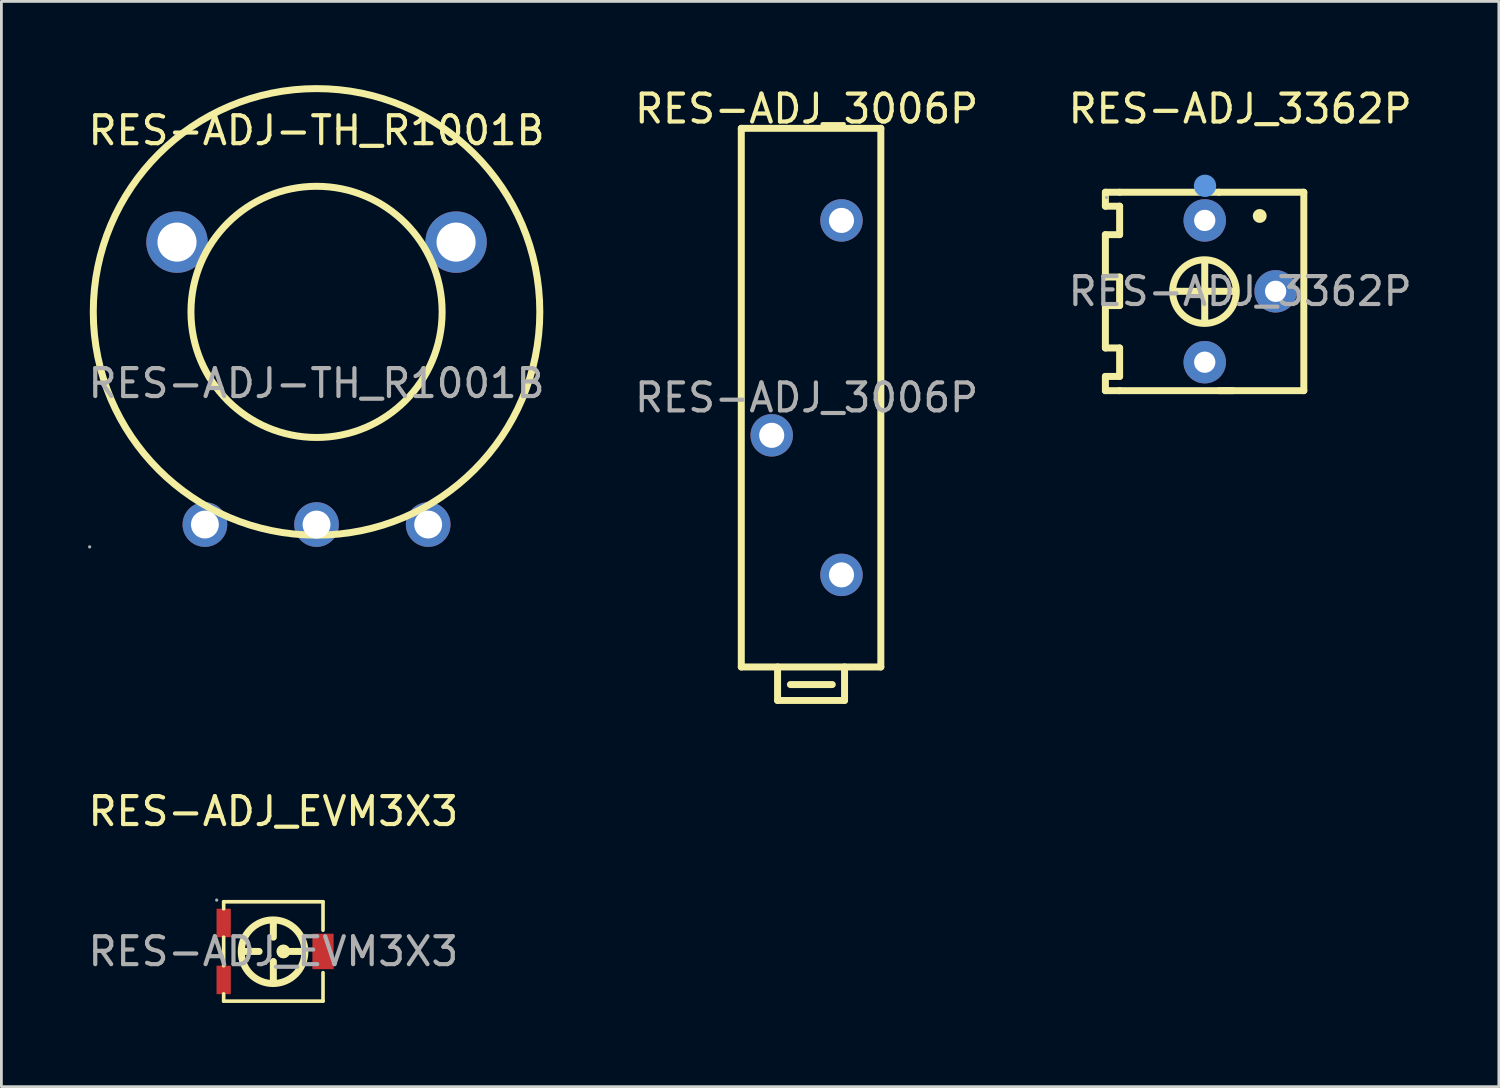
<source format=kicad_pcb>
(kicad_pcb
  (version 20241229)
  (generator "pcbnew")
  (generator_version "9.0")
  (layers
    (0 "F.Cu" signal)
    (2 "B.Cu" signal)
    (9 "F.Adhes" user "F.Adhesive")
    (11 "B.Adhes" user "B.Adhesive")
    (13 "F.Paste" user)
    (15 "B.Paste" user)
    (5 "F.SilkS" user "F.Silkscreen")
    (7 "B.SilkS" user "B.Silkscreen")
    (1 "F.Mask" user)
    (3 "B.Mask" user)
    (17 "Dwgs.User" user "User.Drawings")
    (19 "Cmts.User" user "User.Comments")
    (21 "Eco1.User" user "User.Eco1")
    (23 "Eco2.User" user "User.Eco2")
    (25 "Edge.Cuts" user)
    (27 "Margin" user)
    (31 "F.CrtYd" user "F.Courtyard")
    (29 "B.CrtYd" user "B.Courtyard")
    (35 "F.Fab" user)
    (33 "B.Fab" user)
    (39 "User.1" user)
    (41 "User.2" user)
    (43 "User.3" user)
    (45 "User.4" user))
  (footprint "RES-ADJ_EVM3X3"
    (layer "F.Cu")
    (at 6.744 31.041)
    (property "Reference" "RES-ADJ_EVM3X3" (at 0 -5.02 0) (layer "F.SilkS") (effects (font (size 1 1) (thickness 0.15))))
    (attr through_hole)
    (fp_line (start -1.78 -1.78) (end 1.78 -1.78) (stroke (width 0.13) (type solid)) (layer "F.SilkS"))
    (fp_line (start -1.78 -1.53) (end -1.78 -1.78) (stroke (width 0.13) (type solid)) (layer "F.SilkS"))
    (fp_line (start -1.78 0.51) (end -1.78 -0.51) (stroke (width 0.13) (type solid)) (layer "F.SilkS"))
    (fp_line (start -1.78 1.78) (end -1.78 1.52) (stroke (width 0.13) (type solid)) (layer "F.SilkS"))
    (fp_line (start -1.02 0) (end -0.51 0) (stroke (width 0.25) (type solid)) (layer "F.SilkS"))
    (fp_line (start 0 -0.51) (end 0 -1.02) (stroke (width 0.25) (type solid)) (layer "F.SilkS"))
    (fp_line (start 0 1.13) (end 0 0.36) (stroke (width 0.25) (type solid)) (layer "F.SilkS"))
    (fp_line (start 0.51 0) (end 1.02 0) (stroke (width 0.25) (type solid)) (layer "F.SilkS"))
    (fp_line (start 1.78 -1.78) (end 1.78 -0.76) (stroke (width 0.13) (type solid)) (layer "F.SilkS"))
    (fp_line (start 1.78 0.76) (end 1.78 1.78) (stroke (width 0.13) (type solid)) (layer "F.SilkS"))
    (fp_line (start 1.78 1.78) (end -1.78 1.78) (stroke (width 0.13) (type solid)) (layer "F.SilkS"))
    (fp_arc (start 0.36 0) (mid 0.36 0) (end 0.36 0) (stroke (width 0.25) (type solid)) (layer "F.SilkS"))
    (fp_arc (start 1.13 0.02) (mid -1.150044 0.010048) (end 1.129999 -0.000096) (stroke (width 0.25) (type solid)) (layer "F.SilkS"))
    (fp_circle (center -2.03 -1.84) (end -2 -1.84) (stroke (width 0.06) (type solid)) (fill no) (layer "F.Fab"))
    (fp_text user "${REFERENCE}" (at 0 0 0) (layer "F.Fab") (effects (font (size 1 1) (thickness 0.15))))
    (pad "1" smd rect (at -1.78 -1.02 270) (size 1.02 0.51) (layers "F.Cu" "F.Mask" "F.Paste"))
    (pad "2" smd rect (at 1.78 0 270) (size 1.27 0.76) (layers "F.Cu" "F.Mask" "F.Paste"))
    (pad "3" smd rect (at -1.78 1.02 270) (size 1.02 0.51) (layers "F.Cu" "F.Mask" "F.Paste")))
  (footprint "RES-ADJ_3362P"
    (layer "F.Cu")
    (at 41.387 7.388)
    (property "Reference" "RES-ADJ_3362P" (at 0 -6.54 0) (layer "F.SilkS") (effects (font (size 1 1) (thickness 0.15))))
    (attr through_hole)
    (fp_line (start -4.83 -3.55) (end -4.32 -3.55) (stroke (width 0.25) (type solid)) (layer "F.SilkS"))
    (fp_line (start -4.83 -3.05) (end -4.83 -3.55) (stroke (width 0.25) (type solid)) (layer "F.SilkS"))
    (fp_line (start -4.83 -2.03) (end -4.32 -2.03) (stroke (width 0.25) (type solid)) (layer "F.SilkS"))
    (fp_line (start -4.83 -0.51) (end -4.83 -2.03) (stroke (width 0.25) (type solid)) (layer "F.SilkS"))
    (fp_line (start -4.83 0.51) (end -4.32 0.51) (stroke (width 0.25) (type solid)) (layer "F.SilkS"))
    (fp_line (start -4.83 2.03) (end -4.83 0.51) (stroke (width 0.25) (type solid)) (layer "F.SilkS"))
    (fp_line (start -4.83 3.05) (end -4.32 3.05) (stroke (width 0.25) (type solid)) (layer "F.SilkS"))
    (fp_line (start -4.83 3.56) (end -4.83 3.05) (stroke (width 0.25) (type solid)) (layer "F.SilkS"))
    (fp_line (start -4.32 -3.55) (end -0.76 -3.55) (stroke (width 0.25) (type solid)) (layer "F.SilkS"))
    (fp_line (start -4.32 -3.05) (end -4.83 -3.05) (stroke (width 0.25) (type solid)) (layer "F.SilkS"))
    (fp_line (start -4.32 -2.03) (end -4.32 -3.05) (stroke (width 0.25) (type solid)) (layer "F.SilkS"))
    (fp_line (start -4.32 -0.51) (end -4.83 -0.51) (stroke (width 0.25) (type solid)) (layer "F.SilkS"))
    (fp_line (start -4.32 0.51) (end -4.32 -0.51) (stroke (width 0.25) (type solid)) (layer "F.SilkS"))
    (fp_line (start -4.32 2.03) (end -4.83 2.03) (stroke (width 0.25) (type solid)) (layer "F.SilkS"))
    (fp_line (start -4.32 3.05) (end -4.32 2.03) (stroke (width 0.25) (type solid)) (layer "F.SilkS"))
    (fp_line (start -4.32 3.56) (end -4.83 3.56) (stroke (width 0.25) (type solid)) (layer "F.SilkS"))
    (fp_line (start -2.29 0) (end -0.26 0) (stroke (width 0.25) (type solid)) (layer "F.SilkS"))
    (fp_line (start -1.27 1.02) (end -1.27 -1.01) (stroke (width 0.25) (type solid)) (layer "F.SilkS"))
    (fp_line (start -0.76 -3.55) (end 2.28 -3.55) (stroke (width 0.25) (type solid)) (layer "F.SilkS"))
    (fp_line (start -0.26 3.56) (end -4.32 3.56) (stroke (width 0.25) (type solid)) (layer "F.SilkS"))
    (fp_line (start 2.28 -3.55) (end 2.28 3.56) (stroke (width 0.25) (type solid)) (layer "F.SilkS"))
    (fp_line (start 2.28 3.56) (end -0.76 3.56) (stroke (width 0.25) (type solid)) (layer "F.SilkS"))
    (fp_arc (start -0.14 0.02) (mid -2.420044 0.010048) (end -0.140001 -0.000096) (stroke (width 0.25) (type solid)) (layer "F.SilkS"))
    (fp_arc (start 0.7 -2.7) (mid 0.7 -2.7) (end 0.7 -2.7) (stroke (width 0.25) (type solid)) (layer "F.SilkS"))
    (fp_circle (center -1.26 -3.78) (end -1.06 -3.78) (stroke (width 0.4) (type solid)) (fill no) (layer "Cmts.User"))
    (fp_circle (center -4.79 -3.36) (end -4.76 -3.36) (stroke (width 0.06) (type solid)) (fill no) (layer "F.Fab"))
    (fp_circle (center -1.27 -2.54) (end -1.15 -2.54) (stroke (width 0.23) (type solid)) (fill no) (layer "F.Fab"))
    (fp_circle (center -1.27 2.54) (end -1.15 2.54) (stroke (width 0.23) (type solid)) (fill no) (layer "F.Fab"))
    (fp_circle (center 1.27 0) (end 1.39 0) (stroke (width 0.23) (type solid)) (fill no) (layer "F.Fab"))
    (fp_text user "${REFERENCE}" (at 0 0 0) (layer "F.Fab") (effects (font (size 1 1) (thickness 0.15))))
    (pad "1" thru_hole circle (at -1.27 -2.54 270) (size 1.52 1.52) (drill 0.762) (layers "*.Cu" "*.Paste" "*.Mask"))
    (pad "2" thru_hole circle (at 1.27 0 270) (size 1.52 1.52) (drill 0.762) (layers "*.Cu" "*.Paste" "*.Mask"))
    (pad "3" thru_hole circle (at -1.27 2.54 270) (size 1.52 1.52) (drill 0.762) (layers "*.Cu" "*.Paste" "*.Mask")))
  (footprint "RES-ADJ_3006P"
    (layer "F.Cu")
    (at 25.851 11.198)
    (property "Reference" "RES-ADJ_3006P" (at 0 -10.35 0) (layer "F.SilkS") (effects (font (size 1 1) (thickness 0.15))))
    (attr through_hole)
    (fp_line (start -2.34 -9.65) (end -2.34 9.65) (stroke (width 0.25) (type solid)) (layer "F.SilkS"))
    (fp_line (start -2.34 -9.65) (end 2.66 -9.65) (stroke (width 0.25) (type solid)) (layer "F.SilkS"))
    (fp_line (start -1.04 10.85) (end -1.04 9.65) (stroke (width 0.25) (type solid)) (layer "F.SilkS"))
    (fp_line (start 0.92 10.28) (end -0.58 10.28) (stroke (width 0.25) (type solid)) (layer "F.SilkS"))
    (fp_line (start 1.36 10.85) (end -1.04 10.85) (stroke (width 0.25) (type solid)) (layer "F.SilkS"))
    (fp_line (start 1.36 10.85) (end 1.36 9.65) (stroke (width 0.25) (type solid)) (layer "F.SilkS"))
    (fp_line (start 2.66 -9.65) (end 2.66 9.65) (stroke (width 0.25) (type solid)) (layer "F.SilkS"))
    (fp_line (start 2.66 9.65) (end -2.34 9.65) (stroke (width 0.25) (type solid)) (layer "F.SilkS"))
    (fp_text user "${REFERENCE}" (at 0 0 0) (layer "F.Fab") (effects (font (size 1 1) (thickness 0.15))))
    (pad "1" thru_hole circle (at 1.25 6.35 90) (size 1.52 1.52) (drill 0.9) (layers "*.Cu" "*.Paste" "*.Mask"))
    (pad "2" thru_hole circle (at -1.25 1.35 90) (size 1.52 1.52) (drill 0.9) (layers "*.Cu" "*.Paste" "*.Mask"))
    (pad "3" thru_hole circle (at 1.25 -6.35 90) (size 1.52 1.52) (drill 0.9) (layers "*.Cu" "*.Paste" "*.Mask")))
  (footprint "RES-ADJ-TH_R1001B"
    (layer "F.Cu")
    (at 8.292 10.685)
    (property "Reference" "RES-ADJ-TH_R1001B" (at 0 -9.06 0) (layer "F.SilkS") (effects (font (size 1 1) (thickness 0.15))))
    (attr through_hole)
    (fp_circle (center 0 -2.56) (end 4.5 -2.56) (stroke (width 0.25) (type solid)) (fill no) (layer "F.SilkS"))
    (fp_circle (center 0 -2.56) (end 8 -2.56) (stroke (width 0.25) (type solid)) (fill no) (layer "F.SilkS"))
    (fp_circle (center -8.13 5.86) (end -8.1 5.86) (stroke (width 0.06) (type solid)) (fill no) (layer "F.Fab"))
    (fp_circle (center -5 -5.06) (end -4.7 -5.06) (stroke (width 0.6) (type solid)) (fill no) (layer "F.Fab"))
    (fp_circle (center -4 5.06) (end -3.8 5.06) (stroke (width 0.4) (type solid)) (fill no) (layer "F.Fab"))
    (fp_circle (center 0 5.06) (end 0.2 5.06) (stroke (width 0.4) (type solid)) (fill no) (layer "F.Fab"))
    (fp_circle (center 4 5.06) (end 4.2 5.06) (stroke (width 0.4) (type solid)) (fill no) (layer "F.Fab"))
    (fp_circle (center 5 -5.06) (end 5.3 -5.06) (stroke (width 0.6) (type solid)) (fill no) (layer "F.Fab"))
    (fp_text user "${REFERENCE}" (at 0 0 0) (layer "F.Fab") (effects (font (size 1 1) (thickness 0.15))))
    (pad "1" thru_hole circle (at -4 5.06) (size 1.6 1.6) (drill 1) (layers "*.Cu" "*.Paste" "*.Mask"))
    (pad "2" thru_hole circle (at 0 5.06) (size 1.6 1.6) (drill 1) (layers "*.Cu" "*.Paste" "*.Mask"))
    (pad "3" thru_hole circle (at 4 5.06) (size 1.6 1.6) (drill 1) (layers "*.Cu" "*.Paste" "*.Mask"))
    (pad "4" thru_hole circle (at -5 -5.06) (size 2.2 2.2) (drill 1.4) (layers "*.Cu" "*.Paste" "*.Mask"))
    (pad "5" thru_hole circle (at 5 -5.06) (size 2.2 2.2) (drill 1.4) (layers "*.Cu" "*.Paste" "*.Mask")))
  (gr_rect
    (start -3 -3)
    (end 50.655 35.886)
    (stroke (width 0.1) (type default))
    (fill no)
    (layer "Edge.Cuts")))
</source>
